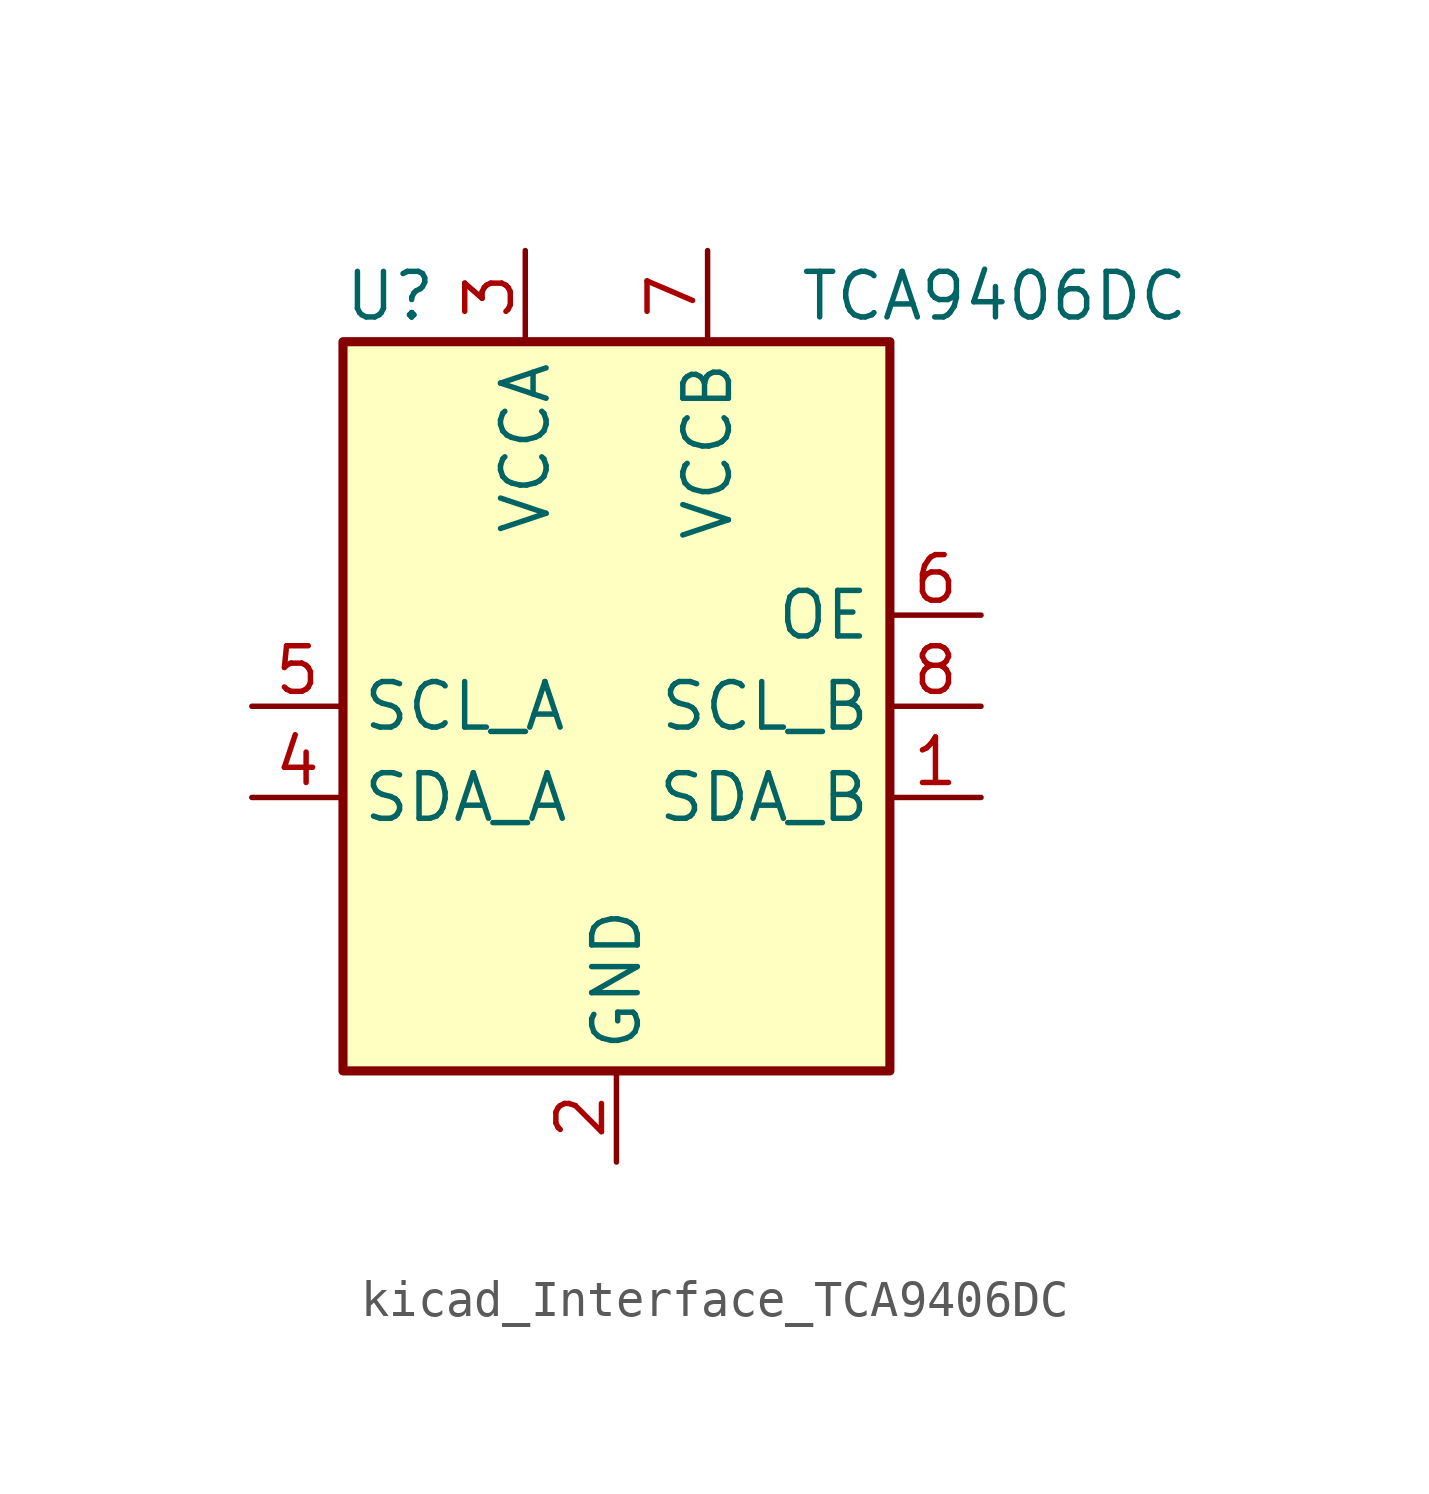
<source format=kicad_sym>
(kicad_symbol_lib
  (version 20220914)
  (generator kicad_symbol_editor)
  (symbol "kicad_Interface_TCA9406DC"
    (property "Reference" "U"
      (at -7.62 11.43 0)
      (effects (font (size 1.27 1.27)) (justify left)))
    (property "Value" "TCA9406DC"
      (at 5.08 11.43 0)
      (effects (font (size 1.27 1.27)) (justify left)))
    (symbol "kicad_Interface_TCA9406DC_0_1"
      (rectangle (start -7.62 10.16) (end 7.62 -10.16) (stroke (width 0.254) (type default)) (fill (type background))))
    (symbol "kicad_Interface_TCA9406DC_1_1"
      (pin bidirectional line (at 10.16 -2.54 180) (length 2.54) (name "SDA_B" (effects (font (size 1.27 1.27)))) (number "1" (effects (font (size 1.27 1.27)))))
      (pin power_in line (at 0 -12.7 90) (length 2.54) (name "GND" (effects (font (size 1.27 1.27)))) (number "2" (effects (font (size 1.27 1.27)))))
      (pin power_in line (at -2.54 12.7 270) (length 2.54) (name "VCCA" (effects (font (size 1.27 1.27)))) (number "3" (effects (font (size 1.27 1.27)))))
      (pin bidirectional line (at -10.16 -2.54 0) (length 2.54) (name "SDA_A" (effects (font (size 1.27 1.27)))) (number "4" (effects (font (size 1.27 1.27)))))
      (pin bidirectional line (at -10.16 0 0) (length 2.54) (name "SCL_A" (effects (font (size 1.27 1.27)))) (number "5" (effects (font (size 1.27 1.27)))))
      (pin input line (at 10.16 2.54 180) (length 2.54) (name "OE" (effects (font (size 1.27 1.27)))) (number "6" (effects (font (size 1.27 1.27)))))
      (pin power_in line (at 2.54 12.7 270) (length 2.54) (name "VCCB" (effects (font (size 1.27 1.27)))) (number "7" (effects (font (size 1.27 1.27)))))
      (pin bidirectional line (at 10.16 0 180) (length 2.54) (name "SCL_B" (effects (font (size 1.27 1.27)))) (number "8" (effects (font (size 1.27 1.27))))))))
</source>
